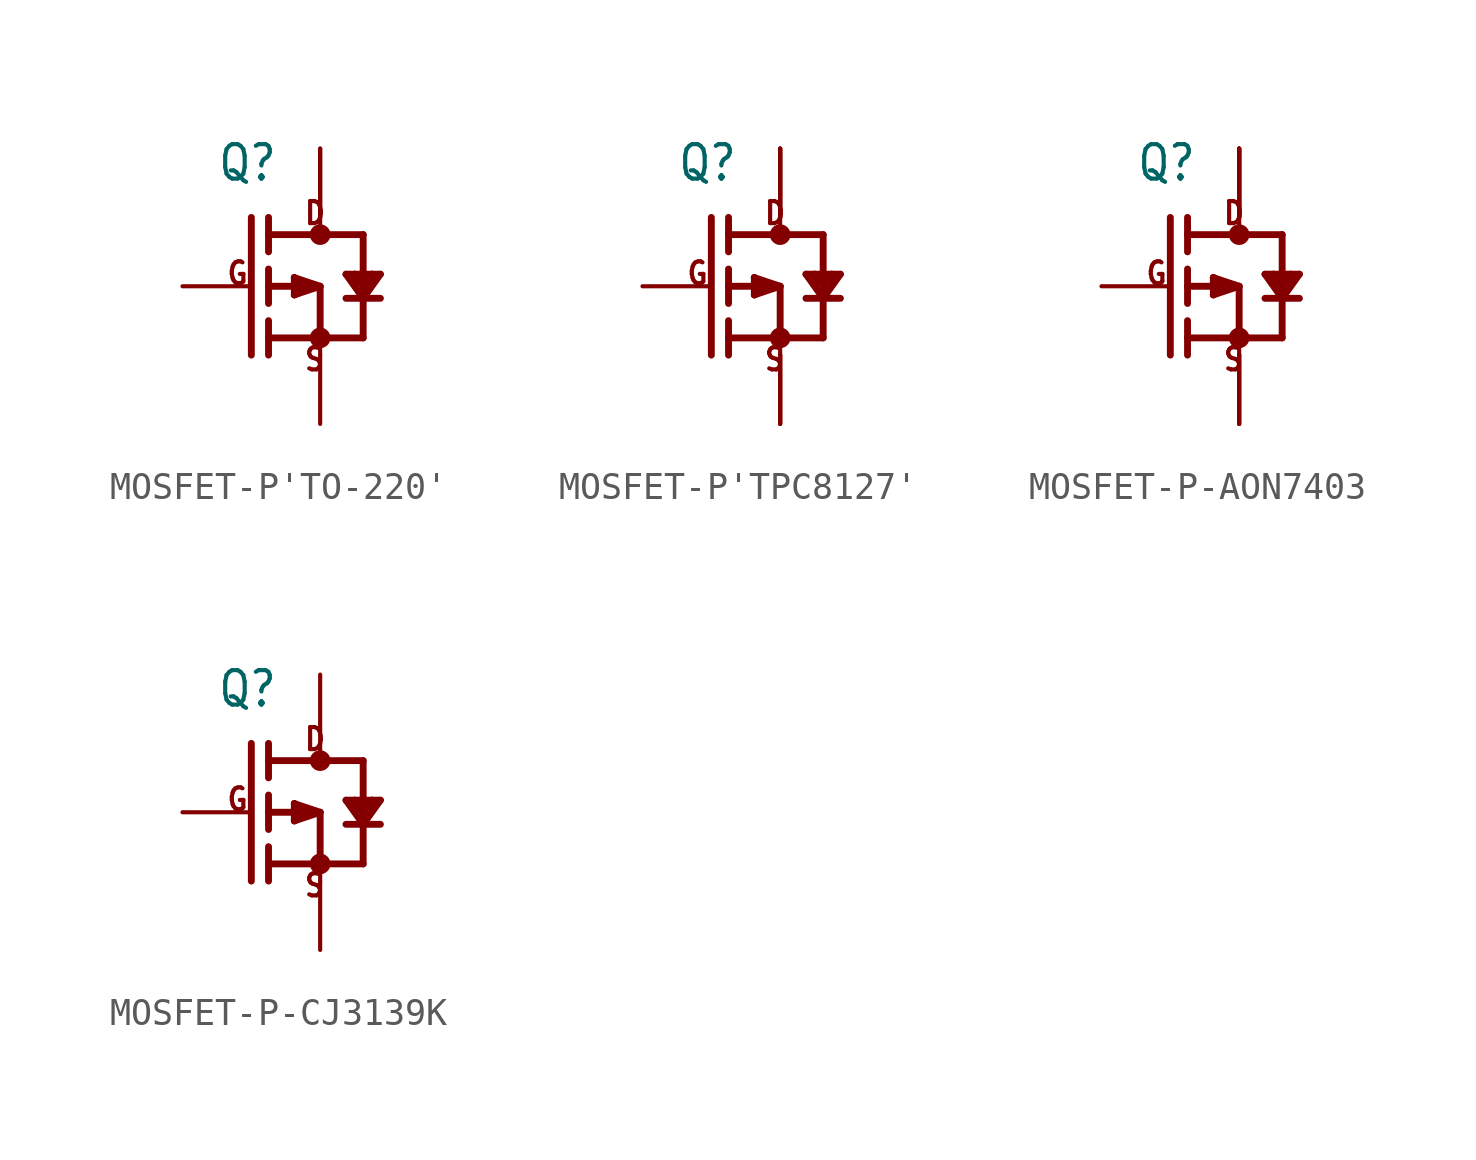
<source format=kicad_sym>
(kicad_symbol_lib
  (version 20220914)
  (generator kicad_symbol_editor)
  (symbol "MOSFET-P'TO-220'"
    (property "Reference" "Q"
      (at -3.81 3.81 0)
      (effects (font (size 1.27 1.079)) (justify left bottom)))
    (property "Value" ""
      (at -3.81 2.54 0)
      (effects (font (size 1.27 1.079)) (justify left bottom)))
    (property "ki_locked" ""
      (at 0 0 0)
      (effects (font (size 1.27 1.27))))
    (symbol "MOSFET-P'TO-220'_1_0"
      (circle (center 0 -1.905) (radius 0.254) (stroke (width 0.254) (type solid)) (fill (type none)))
      (polyline (pts (xy -2.54 2.54) (xy -2.54 -2.54)) (stroke (width 0.254) (type solid)) (fill (type none)))
      (polyline (pts (xy -1.905 -2.54) (xy -1.905 -1.905)) (stroke (width 0.254) (type solid)) (fill (type none)))
      (polyline (pts (xy -1.905 -1.905) (xy -1.905 -1.27)) (stroke (width 0.254) (type solid)) (fill (type none)))
      (polyline (pts (xy -1.905 -1.905) (xy 0 -1.905)) (stroke (width 0.254) (type solid)) (fill (type none)))
      (polyline (pts (xy -1.905 0) (xy -1.905 -0.635)) (stroke (width 0.254) (type solid)) (fill (type none)))
      (polyline (pts (xy -1.905 0) (xy -0.318 0)) (stroke (width 0.254) (type solid)) (fill (type none)))
      (polyline (pts (xy -1.905 0.635) (xy -1.905 0)) (stroke (width 0.254) (type solid)) (fill (type none)))
      (polyline (pts (xy -1.905 1.905) (xy -1.905 1.27)) (stroke (width 0.254) (type solid)) (fill (type none)))
      (polyline (pts (xy -1.905 1.905) (xy 0 1.905)) (stroke (width 0.254) (type solid)) (fill (type none)))
      (polyline (pts (xy -1.905 2.54) (xy -1.905 1.905)) (stroke (width 0.254) (type solid)) (fill (type none)))
      (polyline (pts (xy -0.953 -0.318) (xy -0.318 0)) (stroke (width 0.254) (type solid)) (fill (type none)))
      (polyline (pts (xy -0.953 0.318) (xy -0.953 -0.318)) (stroke (width 0.254) (type solid)) (fill (type none)))
      (polyline (pts (xy -0.953 0.318) (xy -0.508 -0.127)) (stroke (width 0.254) (type solid)) (fill (type none)))
      (polyline (pts (xy -0.318 0) (xy -0.953 0.318)) (stroke (width 0.254) (type solid)) (fill (type none)))
      (polyline (pts (xy -0.318 0) (xy 0 0)) (stroke (width 0.152) (type solid)) (fill (type none)))
      (polyline (pts (xy 0 -1.905) (xy 0 -2.54)) (stroke (width 0.152) (type solid)) (fill (type none)))
      (polyline (pts (xy 0 0) (xy -0.953 -0.318)) (stroke (width 0.254) (type solid)) (fill (type none)))
      (polyline (pts (xy 0 0) (xy -0.953 0.318)) (stroke (width 0.254) (type solid)) (fill (type none)))
      (polyline (pts (xy 0 0) (xy 0 -1.905)) (stroke (width 0.254) (type solid)) (fill (type none)))
      (polyline (pts (xy 0 1.905) (xy 1.587 1.905)) (stroke (width 0.254) (type solid)) (fill (type none)))
      (polyline (pts (xy 0 2.54) (xy 0 1.905)) (stroke (width 0.152) (type solid)) (fill (type none)))
      (polyline (pts (xy 0.953 -0.445) (xy 1.587 -0.445)) (stroke (width 0.254) (type solid)) (fill (type none)))
      (polyline (pts (xy 0.953 0.445) (xy 1.27 0.445)) (stroke (width 0.254) (type solid)) (fill (type none)))
      (polyline (pts (xy 1.27 0.318) (xy 1.587 0)) (stroke (width 0.254) (type solid)) (fill (type none)))
      (polyline (pts (xy 1.27 0.445) (xy 1.587 0)) (stroke (width 0.254) (type solid)) (fill (type none)))
      (polyline (pts (xy 1.27 0.445) (xy 1.905 0.445)) (stroke (width 0.254) (type solid)) (fill (type none)))
      (polyline (pts (xy 1.587 -1.905) (xy 0 -1.905)) (stroke (width 0.254) (type solid)) (fill (type none)))
      (polyline (pts (xy 1.587 -0.445) (xy 0.953 0.445)) (stroke (width 0.254) (type solid)) (fill (type none)))
      (polyline (pts (xy 1.587 -0.445) (xy 1.587 -1.905)) (stroke (width 0.254) (type solid)) (fill (type none)))
      (polyline (pts (xy 1.587 -0.445) (xy 2.223 -0.445)) (stroke (width 0.254) (type solid)) (fill (type none)))
      (polyline (pts (xy 1.587 0) (xy 1.587 -0.445)) (stroke (width 0.254) (type solid)) (fill (type none)))
      (polyline (pts (xy 1.587 0) (xy 1.905 0.318)) (stroke (width 0.254) (type solid)) (fill (type none)))
      (polyline (pts (xy 1.587 0) (xy 1.905 0.445)) (stroke (width 0.254) (type solid)) (fill (type none)))
      (polyline (pts (xy 1.587 1.905) (xy 1.587 0)) (stroke (width 0.254) (type solid)) (fill (type none)))
      (polyline (pts (xy 1.905 0.445) (xy 2.223 0.445)) (stroke (width 0.254) (type solid)) (fill (type none)))
      (polyline (pts (xy 2.223 0.445) (xy 1.587 -0.445)) (stroke (width 0.254) (type solid)) (fill (type none)))
      (circle (center 0 1.905) (radius 0.254) (stroke (width 0.254) (type solid)) (fill (type none)))
      (text "D" (at -0.635 2.223 0) (effects (font (size 0.813 0.691)) (justify left bottom)))
      (text "G" (at -3.493 0 0) (effects (font (size 0.813 0.691)) (justify left bottom)))
      (text "S" (at -0.635 -3.175 0) (effects (font (size 0.813 0.691)) (justify left bottom)))
      (pin passive line (at 0 5.08 270) (length 2.54) (name "D" (effects (font (size 0 0)))) (number "D" (effects (font (size 0 0)))))
      (pin passive line (at -5.08 0 0) (length 2.54) (name "G" (effects (font (size 0 0)))) (number "G" (effects (font (size 0 0)))))
      (pin passive line (at 0 5.08 270) (length 2.54) (name "D" (effects (font (size 0 0)))) (number "HEAT" (effects (font (size 0 0)))))
      (pin passive line (at 0 -5.08 90) (length 2.54) (name "S" (effects (font (size 0 0)))) (number "S" (effects (font (size 0 0)))))))
  (symbol "MOSFET-P'TPC8127'"
    (property "Reference" "Q"
      (at -3.81 3.81 0)
      (effects (font (size 1.27 1.079)) (justify left bottom)))
    (property "Value" ""
      (at -3.81 2.54 0)
      (effects (font (size 1.27 1.079)) (justify left bottom)))
    (property "ki_locked" ""
      (at 0 0 0)
      (effects (font (size 1.27 1.27))))
    (symbol "MOSFET-P'TPC8127'_1_0"
      (circle (center 0 -1.905) (radius 0.254) (stroke (width 0.254) (type solid)) (fill (type none)))
      (polyline (pts (xy -2.54 2.54) (xy -2.54 -2.54)) (stroke (width 0.254) (type solid)) (fill (type none)))
      (polyline (pts (xy -1.905 -2.54) (xy -1.905 -1.905)) (stroke (width 0.254) (type solid)) (fill (type none)))
      (polyline (pts (xy -1.905 -1.905) (xy -1.905 -1.27)) (stroke (width 0.254) (type solid)) (fill (type none)))
      (polyline (pts (xy -1.905 -1.905) (xy 0 -1.905)) (stroke (width 0.254) (type solid)) (fill (type none)))
      (polyline (pts (xy -1.905 0) (xy -1.905 -0.635)) (stroke (width 0.254) (type solid)) (fill (type none)))
      (polyline (pts (xy -1.905 0) (xy -0.318 0)) (stroke (width 0.254) (type solid)) (fill (type none)))
      (polyline (pts (xy -1.905 0.635) (xy -1.905 0)) (stroke (width 0.254) (type solid)) (fill (type none)))
      (polyline (pts (xy -1.905 1.905) (xy -1.905 1.27)) (stroke (width 0.254) (type solid)) (fill (type none)))
      (polyline (pts (xy -1.905 1.905) (xy 0 1.905)) (stroke (width 0.254) (type solid)) (fill (type none)))
      (polyline (pts (xy -1.905 2.54) (xy -1.905 1.905)) (stroke (width 0.254) (type solid)) (fill (type none)))
      (polyline (pts (xy -0.953 -0.318) (xy -0.318 0)) (stroke (width 0.254) (type solid)) (fill (type none)))
      (polyline (pts (xy -0.953 0.318) (xy -0.953 -0.318)) (stroke (width 0.254) (type solid)) (fill (type none)))
      (polyline (pts (xy -0.953 0.318) (xy -0.508 -0.127)) (stroke (width 0.254) (type solid)) (fill (type none)))
      (polyline (pts (xy -0.318 0) (xy -0.953 0.318)) (stroke (width 0.254) (type solid)) (fill (type none)))
      (polyline (pts (xy -0.318 0) (xy 0 0)) (stroke (width 0.152) (type solid)) (fill (type none)))
      (polyline (pts (xy 0 -1.905) (xy 0 -2.54)) (stroke (width 0.152) (type solid)) (fill (type none)))
      (polyline (pts (xy 0 0) (xy -0.953 -0.318)) (stroke (width 0.254) (type solid)) (fill (type none)))
      (polyline (pts (xy 0 0) (xy -0.953 0.318)) (stroke (width 0.254) (type solid)) (fill (type none)))
      (polyline (pts (xy 0 0) (xy 0 -1.905)) (stroke (width 0.254) (type solid)) (fill (type none)))
      (polyline (pts (xy 0 1.905) (xy 1.587 1.905)) (stroke (width 0.254) (type solid)) (fill (type none)))
      (polyline (pts (xy 0 2.54) (xy 0 1.905)) (stroke (width 0.152) (type solid)) (fill (type none)))
      (polyline (pts (xy 0.953 -0.445) (xy 1.587 -0.445)) (stroke (width 0.254) (type solid)) (fill (type none)))
      (polyline (pts (xy 0.953 0.445) (xy 1.27 0.445)) (stroke (width 0.254) (type solid)) (fill (type none)))
      (polyline (pts (xy 1.27 0.318) (xy 1.587 0)) (stroke (width 0.254) (type solid)) (fill (type none)))
      (polyline (pts (xy 1.27 0.445) (xy 1.587 0)) (stroke (width 0.254) (type solid)) (fill (type none)))
      (polyline (pts (xy 1.27 0.445) (xy 1.905 0.445)) (stroke (width 0.254) (type solid)) (fill (type none)))
      (polyline (pts (xy 1.587 -1.905) (xy 0 -1.905)) (stroke (width 0.254) (type solid)) (fill (type none)))
      (polyline (pts (xy 1.587 -0.445) (xy 0.953 0.445)) (stroke (width 0.254) (type solid)) (fill (type none)))
      (polyline (pts (xy 1.587 -0.445) (xy 1.587 -1.905)) (stroke (width 0.254) (type solid)) (fill (type none)))
      (polyline (pts (xy 1.587 -0.445) (xy 2.223 -0.445)) (stroke (width 0.254) (type solid)) (fill (type none)))
      (polyline (pts (xy 1.587 0) (xy 1.587 -0.445)) (stroke (width 0.254) (type solid)) (fill (type none)))
      (polyline (pts (xy 1.587 0) (xy 1.905 0.318)) (stroke (width 0.254) (type solid)) (fill (type none)))
      (polyline (pts (xy 1.587 0) (xy 1.905 0.445)) (stroke (width 0.254) (type solid)) (fill (type none)))
      (polyline (pts (xy 1.587 1.905) (xy 1.587 0)) (stroke (width 0.254) (type solid)) (fill (type none)))
      (polyline (pts (xy 1.905 0.445) (xy 2.223 0.445)) (stroke (width 0.254) (type solid)) (fill (type none)))
      (polyline (pts (xy 2.223 0.445) (xy 1.587 -0.445)) (stroke (width 0.254) (type solid)) (fill (type none)))
      (circle (center 0 1.905) (radius 0.254) (stroke (width 0.254) (type solid)) (fill (type none)))
      (text "D" (at -0.635 2.223 0) (effects (font (size 0.813 0.691)) (justify left bottom)))
      (text "G" (at -3.493 0 0) (effects (font (size 0.813 0.691)) (justify left bottom)))
      (text "S" (at -0.635 -3.175 0) (effects (font (size 0.813 0.691)) (justify left bottom)))
      (pin passive line (at 0 -5.08 90) (length 2.54) (name "S" (effects (font (size 0 0)))) (number "1" (effects (font (size 0 0)))))
      (pin passive line (at 0 -5.08 90) (length 2.54) (name "S" (effects (font (size 0 0)))) (number "2" (effects (font (size 0 0)))))
      (pin passive line (at 0 -5.08 90) (length 2.54) (name "S" (effects (font (size 0 0)))) (number "3" (effects (font (size 0 0)))))
      (pin passive line (at -5.08 0 0) (length 2.54) (name "G" (effects (font (size 0 0)))) (number "4" (effects (font (size 0 0)))))
      (pin passive line (at 0 5.08 270) (length 2.54) (name "D" (effects (font (size 0 0)))) (number "5" (effects (font (size 0 0)))))
      (pin passive line (at 0 5.08 270) (length 2.54) (name "D" (effects (font (size 0 0)))) (number "6" (effects (font (size 0 0)))))
      (pin passive line (at 0 5.08 270) (length 2.54) (name "D" (effects (font (size 0 0)))) (number "7" (effects (font (size 0 0)))))
      (pin passive line (at 0 5.08 270) (length 2.54) (name "D" (effects (font (size 0 0)))) (number "8" (effects (font (size 0 0)))))))
  (symbol "MOSFET-P-AON7403"
    (property "Reference" "Q"
      (at -3.81 3.81 0)
      (effects (font (size 1.27 1.079)) (justify left bottom)))
    (property "Value" ""
      (at -3.81 2.54 0)
      (effects (font (size 1.27 1.079)) (justify left bottom)))
    (property "ki_locked" ""
      (at 0 0 0)
      (effects (font (size 1.27 1.27))))
    (symbol "MOSFET-P-AON7403_1_0"
      (circle (center 0 -1.905) (radius 0.254) (stroke (width 0.254) (type solid)) (fill (type none)))
      (polyline (pts (xy -2.54 2.54) (xy -2.54 -2.54)) (stroke (width 0.254) (type solid)) (fill (type none)))
      (polyline (pts (xy -1.905 -2.54) (xy -1.905 -1.905)) (stroke (width 0.254) (type solid)) (fill (type none)))
      (polyline (pts (xy -1.905 -1.905) (xy -1.905 -1.27)) (stroke (width 0.254) (type solid)) (fill (type none)))
      (polyline (pts (xy -1.905 -1.905) (xy 0 -1.905)) (stroke (width 0.254) (type solid)) (fill (type none)))
      (polyline (pts (xy -1.905 0) (xy -1.905 -0.635)) (stroke (width 0.254) (type solid)) (fill (type none)))
      (polyline (pts (xy -1.905 0) (xy -0.318 0)) (stroke (width 0.254) (type solid)) (fill (type none)))
      (polyline (pts (xy -1.905 0.635) (xy -1.905 0)) (stroke (width 0.254) (type solid)) (fill (type none)))
      (polyline (pts (xy -1.905 1.905) (xy -1.905 1.27)) (stroke (width 0.254) (type solid)) (fill (type none)))
      (polyline (pts (xy -1.905 1.905) (xy 0 1.905)) (stroke (width 0.254) (type solid)) (fill (type none)))
      (polyline (pts (xy -1.905 2.54) (xy -1.905 1.905)) (stroke (width 0.254) (type solid)) (fill (type none)))
      (polyline (pts (xy -0.953 -0.318) (xy -0.318 0)) (stroke (width 0.254) (type solid)) (fill (type none)))
      (polyline (pts (xy -0.953 0.318) (xy -0.953 -0.318)) (stroke (width 0.254) (type solid)) (fill (type none)))
      (polyline (pts (xy -0.953 0.318) (xy -0.508 -0.127)) (stroke (width 0.254) (type solid)) (fill (type none)))
      (polyline (pts (xy -0.318 0) (xy -0.953 0.318)) (stroke (width 0.254) (type solid)) (fill (type none)))
      (polyline (pts (xy -0.318 0) (xy 0 0)) (stroke (width 0.152) (type solid)) (fill (type none)))
      (polyline (pts (xy 0 -1.905) (xy 0 -2.54)) (stroke (width 0.152) (type solid)) (fill (type none)))
      (polyline (pts (xy 0 0) (xy -0.953 -0.318)) (stroke (width 0.254) (type solid)) (fill (type none)))
      (polyline (pts (xy 0 0) (xy -0.953 0.318)) (stroke (width 0.254) (type solid)) (fill (type none)))
      (polyline (pts (xy 0 0) (xy 0 -1.905)) (stroke (width 0.254) (type solid)) (fill (type none)))
      (polyline (pts (xy 0 1.905) (xy 1.587 1.905)) (stroke (width 0.254) (type solid)) (fill (type none)))
      (polyline (pts (xy 0 2.54) (xy 0 1.905)) (stroke (width 0.152) (type solid)) (fill (type none)))
      (polyline (pts (xy 0.953 -0.445) (xy 1.587 -0.445)) (stroke (width 0.254) (type solid)) (fill (type none)))
      (polyline (pts (xy 0.953 0.445) (xy 1.27 0.445)) (stroke (width 0.254) (type solid)) (fill (type none)))
      (polyline (pts (xy 1.27 0.318) (xy 1.587 0)) (stroke (width 0.254) (type solid)) (fill (type none)))
      (polyline (pts (xy 1.27 0.445) (xy 1.587 0)) (stroke (width 0.254) (type solid)) (fill (type none)))
      (polyline (pts (xy 1.27 0.445) (xy 1.905 0.445)) (stroke (width 0.254) (type solid)) (fill (type none)))
      (polyline (pts (xy 1.587 -1.905) (xy 0 -1.905)) (stroke (width 0.254) (type solid)) (fill (type none)))
      (polyline (pts (xy 1.587 -0.445) (xy 0.953 0.445)) (stroke (width 0.254) (type solid)) (fill (type none)))
      (polyline (pts (xy 1.587 -0.445) (xy 1.587 -1.905)) (stroke (width 0.254) (type solid)) (fill (type none)))
      (polyline (pts (xy 1.587 -0.445) (xy 2.223 -0.445)) (stroke (width 0.254) (type solid)) (fill (type none)))
      (polyline (pts (xy 1.587 0) (xy 1.587 -0.445)) (stroke (width 0.254) (type solid)) (fill (type none)))
      (polyline (pts (xy 1.587 0) (xy 1.905 0.318)) (stroke (width 0.254) (type solid)) (fill (type none)))
      (polyline (pts (xy 1.587 0) (xy 1.905 0.445)) (stroke (width 0.254) (type solid)) (fill (type none)))
      (polyline (pts (xy 1.587 1.905) (xy 1.587 0)) (stroke (width 0.254) (type solid)) (fill (type none)))
      (polyline (pts (xy 1.905 0.445) (xy 2.223 0.445)) (stroke (width 0.254) (type solid)) (fill (type none)))
      (polyline (pts (xy 2.223 0.445) (xy 1.587 -0.445)) (stroke (width 0.254) (type solid)) (fill (type none)))
      (circle (center 0 1.905) (radius 0.254) (stroke (width 0.254) (type solid)) (fill (type none)))
      (text "D" (at -0.635 2.223 0) (effects (font (size 0.813 0.691)) (justify left bottom)))
      (text "G" (at -3.493 0 0) (effects (font (size 0.813 0.691)) (justify left bottom)))
      (text "S" (at -0.635 -3.175 0) (effects (font (size 0.813 0.691)) (justify left bottom)))
      (pin passive line (at 0 -5.08 90) (length 2.54) (name "S" (effects (font (size 0 0)))) (number "1" (effects (font (size 0 0)))))
      (pin passive line (at 0 -5.08 90) (length 2.54) (name "S" (effects (font (size 0 0)))) (number "2" (effects (font (size 0 0)))))
      (pin passive line (at 0 -5.08 90) (length 2.54) (name "S" (effects (font (size 0 0)))) (number "3" (effects (font (size 0 0)))))
      (pin passive line (at -5.08 0 0) (length 2.54) (name "G" (effects (font (size 0 0)))) (number "4" (effects (font (size 0 0)))))
      (pin passive line (at 0 5.08 270) (length 2.54) (name "D" (effects (font (size 0 0)))) (number "5" (effects (font (size 0 0)))))
      (pin passive line (at 0 5.08 270) (length 2.54) (name "D" (effects (font (size 0 0)))) (number "6" (effects (font (size 0 0)))))
      (pin passive line (at 0 5.08 270) (length 2.54) (name "D" (effects (font (size 0 0)))) (number "7" (effects (font (size 0 0)))))
      (pin passive line (at 0 5.08 270) (length 2.54) (name "D" (effects (font (size 0 0)))) (number "8" (effects (font (size 0 0)))))
      (pin passive line (at 0 5.08 270) (length 2.54) (name "D" (effects (font (size 0 0)))) (number "9" (effects (font (size 0 0)))))))
  (symbol "MOSFET-P-CJ3139K"
    (property "Reference" "Q"
      (at -3.81 3.81 0)
      (effects (font (size 1.27 1.079)) (justify left bottom)))
    (property "Value" ""
      (at -3.81 2.54 0)
      (effects (font (size 1.27 1.079)) (justify left bottom)))
    (property "ki_locked" ""
      (at 0 0 0)
      (effects (font (size 1.27 1.27))))
    (symbol "MOSFET-P-CJ3139K_1_0"
      (circle (center 0 -1.905) (radius 0.254) (stroke (width 0.254) (type solid)) (fill (type none)))
      (polyline (pts (xy -2.54 2.54) (xy -2.54 -2.54)) (stroke (width 0.254) (type solid)) (fill (type none)))
      (polyline (pts (xy -1.905 -2.54) (xy -1.905 -1.905)) (stroke (width 0.254) (type solid)) (fill (type none)))
      (polyline (pts (xy -1.905 -1.905) (xy -1.905 -1.27)) (stroke (width 0.254) (type solid)) (fill (type none)))
      (polyline (pts (xy -1.905 -1.905) (xy 0 -1.905)) (stroke (width 0.254) (type solid)) (fill (type none)))
      (polyline (pts (xy -1.905 0) (xy -1.905 -0.635)) (stroke (width 0.254) (type solid)) (fill (type none)))
      (polyline (pts (xy -1.905 0) (xy -0.318 0)) (stroke (width 0.254) (type solid)) (fill (type none)))
      (polyline (pts (xy -1.905 0.635) (xy -1.905 0)) (stroke (width 0.254) (type solid)) (fill (type none)))
      (polyline (pts (xy -1.905 1.905) (xy -1.905 1.27)) (stroke (width 0.254) (type solid)) (fill (type none)))
      (polyline (pts (xy -1.905 1.905) (xy 0 1.905)) (stroke (width 0.254) (type solid)) (fill (type none)))
      (polyline (pts (xy -1.905 2.54) (xy -1.905 1.905)) (stroke (width 0.254) (type solid)) (fill (type none)))
      (polyline (pts (xy -0.953 -0.318) (xy -0.318 0)) (stroke (width 0.254) (type solid)) (fill (type none)))
      (polyline (pts (xy -0.953 0.318) (xy -0.953 -0.318)) (stroke (width 0.254) (type solid)) (fill (type none)))
      (polyline (pts (xy -0.953 0.318) (xy -0.508 -0.127)) (stroke (width 0.254) (type solid)) (fill (type none)))
      (polyline (pts (xy -0.318 0) (xy -0.953 0.318)) (stroke (width 0.254) (type solid)) (fill (type none)))
      (polyline (pts (xy -0.318 0) (xy 0 0)) (stroke (width 0.152) (type solid)) (fill (type none)))
      (polyline (pts (xy 0 -1.905) (xy 0 -2.54)) (stroke (width 0.152) (type solid)) (fill (type none)))
      (polyline (pts (xy 0 0) (xy -0.953 -0.318)) (stroke (width 0.254) (type solid)) (fill (type none)))
      (polyline (pts (xy 0 0) (xy -0.953 0.318)) (stroke (width 0.254) (type solid)) (fill (type none)))
      (polyline (pts (xy 0 0) (xy 0 -1.905)) (stroke (width 0.254) (type solid)) (fill (type none)))
      (polyline (pts (xy 0 1.905) (xy 1.587 1.905)) (stroke (width 0.254) (type solid)) (fill (type none)))
      (polyline (pts (xy 0 2.54) (xy 0 1.905)) (stroke (width 0.152) (type solid)) (fill (type none)))
      (polyline (pts (xy 0.953 -0.445) (xy 1.587 -0.445)) (stroke (width 0.254) (type solid)) (fill (type none)))
      (polyline (pts (xy 0.953 0.445) (xy 1.27 0.445)) (stroke (width 0.254) (type solid)) (fill (type none)))
      (polyline (pts (xy 1.27 0.318) (xy 1.587 0)) (stroke (width 0.254) (type solid)) (fill (type none)))
      (polyline (pts (xy 1.27 0.445) (xy 1.587 0)) (stroke (width 0.254) (type solid)) (fill (type none)))
      (polyline (pts (xy 1.27 0.445) (xy 1.905 0.445)) (stroke (width 0.254) (type solid)) (fill (type none)))
      (polyline (pts (xy 1.587 -1.905) (xy 0 -1.905)) (stroke (width 0.254) (type solid)) (fill (type none)))
      (polyline (pts (xy 1.587 -0.445) (xy 0.953 0.445)) (stroke (width 0.254) (type solid)) (fill (type none)))
      (polyline (pts (xy 1.587 -0.445) (xy 1.587 -1.905)) (stroke (width 0.254) (type solid)) (fill (type none)))
      (polyline (pts (xy 1.587 -0.445) (xy 2.223 -0.445)) (stroke (width 0.254) (type solid)) (fill (type none)))
      (polyline (pts (xy 1.587 0) (xy 1.587 -0.445)) (stroke (width 0.254) (type solid)) (fill (type none)))
      (polyline (pts (xy 1.587 0) (xy 1.905 0.318)) (stroke (width 0.254) (type solid)) (fill (type none)))
      (polyline (pts (xy 1.587 0) (xy 1.905 0.445)) (stroke (width 0.254) (type solid)) (fill (type none)))
      (polyline (pts (xy 1.587 1.905) (xy 1.587 0)) (stroke (width 0.254) (type solid)) (fill (type none)))
      (polyline (pts (xy 1.905 0.445) (xy 2.223 0.445)) (stroke (width 0.254) (type solid)) (fill (type none)))
      (polyline (pts (xy 2.223 0.445) (xy 1.587 -0.445)) (stroke (width 0.254) (type solid)) (fill (type none)))
      (circle (center 0 1.905) (radius 0.254) (stroke (width 0.254) (type solid)) (fill (type none)))
      (text "D" (at -0.635 2.223 0) (effects (font (size 0.813 0.691)) (justify left bottom)))
      (text "G" (at -3.493 0 0) (effects (font (size 0.813 0.691)) (justify left bottom)))
      (text "S" (at -0.635 -3.175 0) (effects (font (size 0.813 0.691)) (justify left bottom)))
      (pin passive line (at -5.08 0 0) (length 2.54) (name "G" (effects (font (size 0 0)))) (number "1" (effects (font (size 0 0)))))
      (pin passive line (at 0 -5.08 90) (length 2.54) (name "S" (effects (font (size 0 0)))) (number "2" (effects (font (size 0 0)))))
      (pin passive line (at 0 5.08 270) (length 2.54) (name "D" (effects (font (size 0 0)))) (number "3" (effects (font (size 0 0))))))))
</source>
